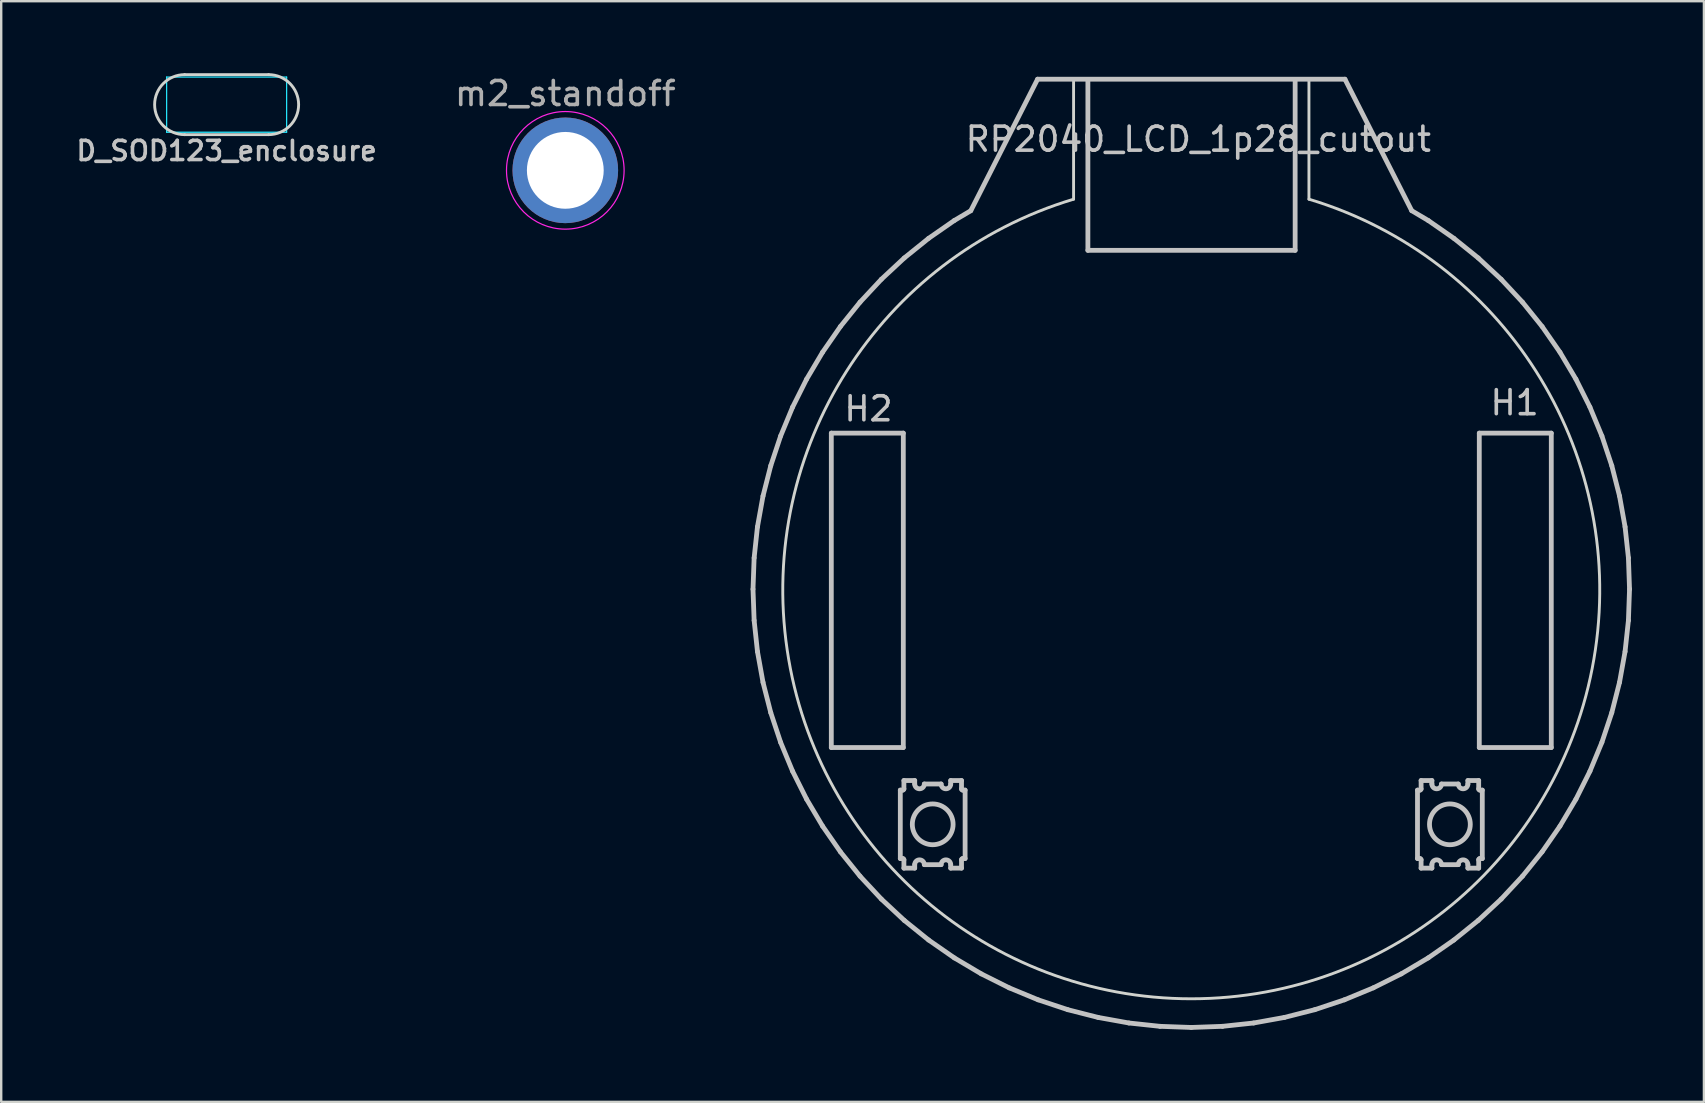
<source format=kicad_pcb>
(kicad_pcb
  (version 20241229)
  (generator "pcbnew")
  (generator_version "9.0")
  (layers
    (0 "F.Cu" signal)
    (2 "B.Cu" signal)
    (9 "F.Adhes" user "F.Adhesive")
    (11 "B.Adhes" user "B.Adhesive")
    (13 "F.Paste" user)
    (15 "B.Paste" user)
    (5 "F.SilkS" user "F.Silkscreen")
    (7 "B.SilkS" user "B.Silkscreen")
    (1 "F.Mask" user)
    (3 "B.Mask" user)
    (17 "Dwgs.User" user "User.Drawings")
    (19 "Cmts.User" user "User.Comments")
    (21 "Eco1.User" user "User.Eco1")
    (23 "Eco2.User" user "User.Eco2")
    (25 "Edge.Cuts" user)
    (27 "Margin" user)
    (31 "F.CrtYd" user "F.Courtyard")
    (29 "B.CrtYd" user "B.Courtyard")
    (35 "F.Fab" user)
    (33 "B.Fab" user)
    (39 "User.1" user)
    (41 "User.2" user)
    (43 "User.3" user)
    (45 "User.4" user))
  (footprint "RP2040_LCD_1p28_cutout"
    (layer "F.Cu")
    (at 40.184 0.25)
    (property "Reference" "RP2040_LCD_1p28_cutout" (at 6.697 2.5 0) (unlocked yes) (layer "Dwgs.User") (effects (font (size 1 1) (thickness 0.15))))
    (attr through_hole)
    (fp_line (start -11.858 21.25) (end -11.811 19.947) (stroke (width 0.2) (type solid)) (layer "Dwgs.User"))
    (fp_line (start -11.811 19.947) (end -11.672 18.651) (stroke (width 0.2) (type solid)) (layer "Dwgs.User"))
    (fp_line (start -11.811 22.553) (end -11.858 21.25) (stroke (width 0.2) (type solid)) (layer "Dwgs.User"))
    (fp_line (start -11.672 18.651) (end -11.441 17.368) (stroke (width 0.2) (type solid)) (layer "Dwgs.User"))
    (fp_line (start -11.672 23.849) (end -11.811 22.553) (stroke (width 0.2) (type solid)) (layer "Dwgs.User"))
    (fp_line (start -11.441 17.368) (end -11.118 16.105) (stroke (width 0.2) (type solid)) (layer "Dwgs.User"))
    (fp_line (start -11.441 25.132) (end -11.672 23.849) (stroke (width 0.2) (type solid)) (layer "Dwgs.User"))
    (fp_line (start -11.118 16.105) (end -10.707 14.868) (stroke (width 0.2) (type solid)) (layer "Dwgs.User"))
    (fp_line (start -11.118 26.395) (end -11.441 25.132) (stroke (width 0.2) (type solid)) (layer "Dwgs.User"))
    (fp_line (start -10.707 14.868) (end -10.208 13.664) (stroke (width 0.2) (type solid)) (layer "Dwgs.User"))
    (fp_line (start -10.707 27.632) (end -11.118 26.395) (stroke (width 0.2) (type solid)) (layer "Dwgs.User"))
    (fp_line (start -10.208 13.664) (end -9.624 12.498) (stroke (width 0.2) (type solid)) (layer "Dwgs.User"))
    (fp_line (start -10.208 28.836) (end -10.707 27.632) (stroke (width 0.2) (type solid)) (layer "Dwgs.User"))
    (fp_line (start -9.624 12.498) (end -8.959 11.377) (stroke (width 0.2) (type solid)) (layer "Dwgs.User"))
    (fp_line (start -9.624 30.002) (end -10.208 28.836) (stroke (width 0.2) (type solid)) (layer "Dwgs.User"))
    (fp_line (start -8.959 11.377) (end -8.216 10.306) (stroke (width 0.2) (type solid)) (layer "Dwgs.User"))
    (fp_line (start -8.959 31.123) (end -9.624 30.002) (stroke (width 0.2) (type solid)) (layer "Dwgs.User"))
    (fp_line (start -8.595 14.748) (end -5.595 14.748) (stroke (width 0.2) (type solid)) (layer "Dwgs.User"))
    (fp_line (start -8.595 27.848) (end -8.595 14.748) (stroke (width 0.2) (type solid)) (layer "Dwgs.User"))
    (fp_line (start -8.216 10.306) (end -7.398 9.291) (stroke (width 0.2) (type solid)) (layer "Dwgs.User"))
    (fp_line (start -8.216 32.194) (end -8.959 31.123) (stroke (width 0.2) (type solid)) (layer "Dwgs.User"))
    (fp_line (start -7.398 9.291) (end -6.509 8.337) (stroke (width 0.2) (type solid)) (layer "Dwgs.User"))
    (fp_line (start -7.398 33.209) (end -8.216 32.194) (stroke (width 0.2) (type solid)) (layer "Dwgs.User"))
    (fp_line (start -6.509 8.337) (end -5.555 7.449) (stroke (width 0.2) (type solid)) (layer "Dwgs.User"))
    (fp_line (start -6.509 34.163) (end -7.398 33.209) (stroke (width 0.2) (type solid)) (layer "Dwgs.User"))
    (fp_line (start -5.72 29.623) (end -5.62 29.623) (stroke (width 0.2) (type solid)) (layer "Dwgs.User"))
    (fp_line (start -5.72 32.473) (end -5.72 29.623) (stroke (width 0.2) (type solid)) (layer "Dwgs.User"))
    (fp_line (start -5.62 32.473) (end -5.72 32.473) (stroke (width 0.2) (type solid)) (layer "Dwgs.User"))
    (fp_line (start -5.595 14.748) (end -5.595 27.848) (stroke (width 0.2) (type solid)) (layer "Dwgs.User"))
    (fp_line (start -5.595 27.848) (end -8.595 27.848) (stroke (width 0.2) (type solid)) (layer "Dwgs.User"))
    (fp_line (start -5.57 29.223) (end -5.12 29.223) (stroke (width 0.2) (type solid)) (layer "Dwgs.User"))
    (fp_line (start -5.57 29.573) (end -5.57 29.223) (stroke (width 0.2) (type solid)) (layer "Dwgs.User"))
    (fp_line (start -5.57 32.873) (end -5.57 32.523) (stroke (width 0.2) (type solid)) (layer "Dwgs.User"))
    (fp_line (start -5.555 7.449) (end -4.54 6.631) (stroke (width 0.2) (type solid)) (layer "Dwgs.User"))
    (fp_line (start -5.555 35.051) (end -6.509 34.163) (stroke (width 0.2) (type solid)) (layer "Dwgs.User"))
    (fp_line (start -5.12 29.223) (end -5.12 29.368) (stroke (width 0.2) (type solid)) (layer "Dwgs.User"))
    (fp_line (start -5.12 32.728) (end -5.12 32.873) (stroke (width 0.2) (type solid)) (layer "Dwgs.User"))
    (fp_line (start -5.12 32.873) (end -5.57 32.873) (stroke (width 0.2) (type solid)) (layer "Dwgs.User"))
    (fp_line (start -4.72 29.368) (end -4.02 29.368) (stroke (width 0.2) (type solid)) (layer "Dwgs.User"))
    (fp_line (start -4.54 6.631) (end -3.469 5.887) (stroke (width 0.2) (type solid)) (layer "Dwgs.User"))
    (fp_line (start -4.54 35.869) (end -5.555 35.051) (stroke (width 0.2) (type solid)) (layer "Dwgs.User"))
    (fp_line (start -4.02 32.728) (end -4.72 32.728) (stroke (width 0.2) (type solid)) (layer "Dwgs.User"))
    (fp_line (start -3.62 29.223) (end -3.17 29.223) (stroke (width 0.2) (type solid)) (layer "Dwgs.User"))
    (fp_line (start -3.62 29.368) (end -3.62 29.223) (stroke (width 0.2) (type solid)) (layer "Dwgs.User"))
    (fp_line (start -3.62 32.873) (end -3.62 32.728) (stroke (width 0.2) (type solid)) (layer "Dwgs.User"))
    (fp_line (start -3.469 5.887) (end -2.784 5.481) (stroke (width 0.2) (type solid)) (layer "Dwgs.User"))
    (fp_line (start -3.469 36.613) (end -4.54 35.869) (stroke (width 0.2) (type solid)) (layer "Dwgs.User"))
    (fp_line (start -3.17 29.223) (end -3.17 29.573) (stroke (width 0.2) (type solid)) (layer "Dwgs.User"))
    (fp_line (start -3.17 32.523) (end -3.17 32.873) (stroke (width 0.2) (type solid)) (layer "Dwgs.User"))
    (fp_line (start -3.17 32.873) (end -3.62 32.873) (stroke (width 0.2) (type solid)) (layer "Dwgs.User"))
    (fp_line (start -3.12 29.623) (end -3.02 29.623) (stroke (width 0.2) (type solid)) (layer "Dwgs.User"))
    (fp_line (start -3.02 29.623) (end -3.02 32.473) (stroke (width 0.2) (type solid)) (layer "Dwgs.User"))
    (fp_line (start -3.02 32.473) (end -3.12 32.473) (stroke (width 0.2) (type solid)) (layer "Dwgs.User"))
    (fp_line (start -2.784 5.481) (end 0 0) (stroke (width 0.2) (type solid)) (layer "Dwgs.User"))
    (fp_line (start -2.348 37.278) (end -3.469 36.613) (stroke (width 0.2) (type solid)) (layer "Dwgs.User"))
    (fp_line (start -1.183 37.861) (end -2.348 37.278) (stroke (width 0.2) (type solid)) (layer "Dwgs.User"))
    (fp_line (start 0 0) (end 12.807 0) (stroke (width 0.2) (type solid)) (layer "Dwgs.User"))
    (fp_line (start 0.022 38.36) (end -1.183 37.861) (stroke (width 0.2) (type solid)) (layer "Dwgs.User"))
    (fp_line (start 1.259 38.772) (end 0.022 38.36) (stroke (width 0.2) (type solid)) (layer "Dwgs.User"))
    (fp_line (start 2.096 7.131) (end 2.096 0.019) (stroke (width 0.2) (type solid)) (layer "Dwgs.User"))
    (fp_line (start 2.522 39.094) (end 1.259 38.772) (stroke (width 0.2) (type solid)) (layer "Dwgs.User"))
    (fp_line (start 3.805 39.326) (end 2.522 39.094) (stroke (width 0.2) (type solid)) (layer "Dwgs.User"))
    (fp_line (start 5.101 39.465) (end 3.805 39.326) (stroke (width 0.2) (type solid)) (layer "Dwgs.User"))
    (fp_line (start 6.404 39.512) (end 5.101 39.465) (stroke (width 0.2) (type solid)) (layer "Dwgs.User"))
    (fp_line (start 7.706 39.465) (end 6.404 39.512) (stroke (width 0.2) (type solid)) (layer "Dwgs.User"))
    (fp_line (start 9.003 39.326) (end 7.706 39.465) (stroke (width 0.2) (type solid)) (layer "Dwgs.User"))
    (fp_line (start 10.285 39.094) (end 9.003 39.326) (stroke (width 0.2) (type solid)) (layer "Dwgs.User"))
    (fp_line (start 10.732 0.019) (end 10.732 7.131) (stroke (width 0.2) (type solid)) (layer "Dwgs.User"))
    (fp_line (start 10.732 7.131) (end 2.096 7.131) (stroke (width 0.2) (type solid)) (layer "Dwgs.User"))
    (fp_line (start 11.549 38.772) (end 10.285 39.094) (stroke (width 0.2) (type solid)) (layer "Dwgs.User"))
    (fp_line (start 12.785 38.36) (end 11.549 38.772) (stroke (width 0.2) (type solid)) (layer "Dwgs.User"))
    (fp_line (start 12.807 0) (end 15.589 5.479) (stroke (width 0.2) (type solid)) (layer "Dwgs.User"))
    (fp_line (start 13.99 37.861) (end 12.785 38.36) (stroke (width 0.2) (type solid)) (layer "Dwgs.User"))
    (fp_line (start 15.156 37.278) (end 13.99 37.861) (stroke (width 0.2) (type solid)) (layer "Dwgs.User"))
    (fp_line (start 15.589 5.479) (end 16.277 5.887) (stroke (width 0.2) (type solid)) (layer "Dwgs.User"))
    (fp_line (start 15.83 29.623) (end 15.93 29.623) (stroke (width 0.2) (type solid)) (layer "Dwgs.User"))
    (fp_line (start 15.83 32.473) (end 15.83 29.623) (stroke (width 0.2) (type solid)) (layer "Dwgs.User"))
    (fp_line (start 15.93 32.473) (end 15.83 32.473) (stroke (width 0.2) (type solid)) (layer "Dwgs.User"))
    (fp_line (start 15.98 29.223) (end 16.43 29.223) (stroke (width 0.2) (type solid)) (layer "Dwgs.User"))
    (fp_line (start 15.98 29.573) (end 15.98 29.223) (stroke (width 0.2) (type solid)) (layer "Dwgs.User"))
    (fp_line (start 15.98 32.873) (end 15.98 32.523) (stroke (width 0.2) (type solid)) (layer "Dwgs.User"))
    (fp_line (start 16.277 5.887) (end 17.347 6.631) (stroke (width 0.2) (type solid)) (layer "Dwgs.User"))
    (fp_line (start 16.277 36.613) (end 15.156 37.278) (stroke (width 0.2) (type solid)) (layer "Dwgs.User"))
    (fp_line (start 16.43 29.223) (end 16.43 29.368) (stroke (width 0.2) (type solid)) (layer "Dwgs.User"))
    (fp_line (start 16.43 32.728) (end 16.43 32.873) (stroke (width 0.2) (type solid)) (layer "Dwgs.User"))
    (fp_line (start 16.43 32.873) (end 15.98 32.873) (stroke (width 0.2) (type solid)) (layer "Dwgs.User"))
    (fp_line (start 16.83 29.368) (end 17.53 29.368) (stroke (width 0.2) (type solid)) (layer "Dwgs.User"))
    (fp_line (start 17.347 6.631) (end 18.362 7.449) (stroke (width 0.2) (type solid)) (layer "Dwgs.User"))
    (fp_line (start 17.347 35.869) (end 16.277 36.613) (stroke (width 0.2) (type solid)) (layer "Dwgs.User"))
    (fp_line (start 17.53 32.728) (end 16.83 32.728) (stroke (width 0.2) (type solid)) (layer "Dwgs.User"))
    (fp_line (start 17.93 29.223) (end 18.38 29.223) (stroke (width 0.2) (type solid)) (layer "Dwgs.User"))
    (fp_line (start 17.93 29.368) (end 17.93 29.223) (stroke (width 0.2) (type solid)) (layer "Dwgs.User"))
    (fp_line (start 17.93 32.873) (end 17.93 32.728) (stroke (width 0.2) (type solid)) (layer "Dwgs.User"))
    (fp_line (start 18.362 7.449) (end 19.317 8.337) (stroke (width 0.2) (type solid)) (layer "Dwgs.User"))
    (fp_line (start 18.362 35.051) (end 17.347 35.869) (stroke (width 0.2) (type solid)) (layer "Dwgs.User"))
    (fp_line (start 18.38 29.223) (end 18.38 29.573) (stroke (width 0.2) (type solid)) (layer "Dwgs.User"))
    (fp_line (start 18.38 32.523) (end 18.38 32.873) (stroke (width 0.2) (type solid)) (layer "Dwgs.User"))
    (fp_line (start 18.38 32.873) (end 17.93 32.873) (stroke (width 0.2) (type solid)) (layer "Dwgs.User"))
    (fp_line (start 18.405 14.748) (end 21.405 14.748) (stroke (width 0.2) (type solid)) (layer "Dwgs.User"))
    (fp_line (start 18.405 27.848) (end 18.405 14.748) (stroke (width 0.2) (type solid)) (layer "Dwgs.User"))
    (fp_line (start 18.43 29.623) (end 18.53 29.623) (stroke (width 0.2) (type solid)) (layer "Dwgs.User"))
    (fp_line (start 18.53 29.623) (end 18.53 32.473) (stroke (width 0.2) (type solid)) (layer "Dwgs.User"))
    (fp_line (start 18.53 32.473) (end 18.43 32.473) (stroke (width 0.2) (type solid)) (layer "Dwgs.User"))
    (fp_line (start 19.317 8.337) (end 20.205 9.291) (stroke (width 0.2) (type solid)) (layer "Dwgs.User"))
    (fp_line (start 19.317 34.163) (end 18.362 35.051) (stroke (width 0.2) (type solid)) (layer "Dwgs.User"))
    (fp_line (start 20.205 9.291) (end 21.023 10.306) (stroke (width 0.2) (type solid)) (layer "Dwgs.User"))
    (fp_line (start 20.205 33.209) (end 19.317 34.163) (stroke (width 0.2) (type solid)) (layer "Dwgs.User"))
    (fp_line (start 21.023 10.306) (end 21.766 11.377) (stroke (width 0.2) (type solid)) (layer "Dwgs.User"))
    (fp_line (start 21.023 32.194) (end 20.205 33.209) (stroke (width 0.2) (type solid)) (layer "Dwgs.User"))
    (fp_line (start 21.405 14.748) (end 21.405 27.848) (stroke (width 0.2) (type solid)) (layer "Dwgs.User"))
    (fp_line (start 21.405 27.848) (end 18.405 27.848) (stroke (width 0.2) (type solid)) (layer "Dwgs.User"))
    (fp_line (start 21.766 11.377) (end 22.431 12.498) (stroke (width 0.2) (type solid)) (layer "Dwgs.User"))
    (fp_line (start 21.766 31.123) (end 21.023 32.194) (stroke (width 0.2) (type solid)) (layer "Dwgs.User"))
    (fp_line (start 22.431 12.498) (end 23.015 13.664) (stroke (width 0.2) (type solid)) (layer "Dwgs.User"))
    (fp_line (start 22.431 30.002) (end 21.766 31.123) (stroke (width 0.2) (type solid)) (layer "Dwgs.User"))
    (fp_line (start 23.015 13.664) (end 23.514 14.868) (stroke (width 0.2) (type solid)) (layer "Dwgs.User"))
    (fp_line (start 23.015 28.836) (end 22.431 30.002) (stroke (width 0.2) (type solid)) (layer "Dwgs.User"))
    (fp_line (start 23.514 14.868) (end 23.926 16.105) (stroke (width 0.2) (type solid)) (layer "Dwgs.User"))
    (fp_line (start 23.514 27.632) (end 23.015 28.836) (stroke (width 0.2) (type solid)) (layer "Dwgs.User"))
    (fp_line (start 23.926 16.105) (end 24.248 17.368) (stroke (width 0.2) (type solid)) (layer "Dwgs.User"))
    (fp_line (start 23.926 26.395) (end 23.514 27.632) (stroke (width 0.2) (type solid)) (layer "Dwgs.User"))
    (fp_line (start 24.248 17.368) (end 24.479 18.651) (stroke (width 0.2) (type solid)) (layer "Dwgs.User"))
    (fp_line (start 24.248 25.132) (end 23.926 26.395) (stroke (width 0.2) (type solid)) (layer "Dwgs.User"))
    (fp_line (start 24.479 18.651) (end 24.619 19.947) (stroke (width 0.2) (type solid)) (layer "Dwgs.User"))
    (fp_line (start 24.479 23.849) (end 24.248 25.132) (stroke (width 0.2) (type solid)) (layer "Dwgs.User"))
    (fp_line (start 24.619 19.947) (end 24.665 21.25) (stroke (width 0.2) (type solid)) (layer "Dwgs.User"))
    (fp_line (start 24.619 22.553) (end 24.479 23.849) (stroke (width 0.2) (type solid)) (layer "Dwgs.User"))
    (fp_line (start 24.665 21.25) (end 24.619 22.553) (stroke (width 0.2) (type solid)) (layer "Dwgs.User"))
    (fp_arc (start -5.619735 32.472772) (mid -5.584393 32.48743) (end -5.569735 32.522772) (stroke (width 0.2) (type solid)) (layer "Dwgs.User"))
    (fp_arc (start -5.569735 29.572772) (mid -5.584365 29.608142) (end -5.619735 29.622772) (stroke (width 0.2) (type solid)) (layer "Dwgs.User"))
    (fp_arc (start -5.119735 32.727772) (mid -4.919735 32.527772) (end -4.719735 32.727772) (stroke (width 0.2) (type solid)) (layer "Dwgs.User"))
    (fp_arc (start -4.719735 29.367772) (mid -4.919735 29.567772) (end -5.119735 29.367772) (stroke (width 0.2) (type solid)) (layer "Dwgs.User"))
    (fp_arc (start -4.019735 32.727772) (mid -3.819735 32.527772) (end -3.619735 32.727772) (stroke (width 0.2) (type solid)) (layer "Dwgs.User"))
    (fp_arc (start -3.619735 29.367772) (mid -3.819735 29.567772) (end -4.019735 29.367772) (stroke (width 0.2) (type solid)) (layer "Dwgs.User"))
    (fp_arc (start -3.169735 32.522772) (mid -3.155075 32.487432) (end -3.119735 32.472772) (stroke (width 0.2) (type solid)) (layer "Dwgs.User"))
    (fp_arc (start -3.119735 29.622772) (mid -3.155102 29.608139) (end -3.169735 29.572772) (stroke (width 0.2) (type solid)) (layer "Dwgs.User"))
    (fp_arc (start 15.929817 32.472879) (mid 15.965183 32.487513) (end 15.979817 32.522879) (stroke (width 0.2) (type solid)) (layer "Dwgs.User"))
    (fp_arc (start 15.979817 29.572879) (mid 15.965194 29.608256) (end 15.929817 29.622879) (stroke (width 0.2) (type solid)) (layer "Dwgs.User"))
    (fp_arc (start 16.429817 32.727879) (mid 16.629817 32.527879) (end 16.829817 32.727879) (stroke (width 0.2) (type solid)) (layer "Dwgs.User"))
    (fp_arc (start 16.829817 29.367879) (mid 16.629817 29.567879) (end 16.429817 29.367879) (stroke (width 0.2) (type solid)) (layer "Dwgs.User"))
    (fp_arc (start 17.529817 32.727879) (mid 17.729817 32.527879) (end 17.929817 32.727879) (stroke (width 0.2) (type solid)) (layer "Dwgs.User"))
    (fp_arc (start 17.929817 29.367879) (mid 17.729817 29.567879) (end 17.529817 29.367879) (stroke (width 0.2) (type solid)) (layer "Dwgs.User"))
    (fp_arc (start 18.379817 32.522879) (mid 18.394484 32.487546) (end 18.429817 32.472879) (stroke (width 0.2) (type solid)) (layer "Dwgs.User"))
    (fp_arc (start 18.429817 29.622879) (mid 18.394472 29.608224) (end 18.379817 29.572879) (stroke (width 0.2) (type solid)) (layer "Dwgs.User"))
    (fp_circle (center -4.37 31.048) (end -5.22 31.048) (stroke (width 0.2) (type solid)) (fill no) (layer "Dwgs.User"))
    (fp_circle (center 17.18 31.048) (end 16.33 31.048) (stroke (width 0.2) (type solid)) (fill no) (layer "Dwgs.User"))
    (fp_line (start 1.5 0) (end 1.5 5) (stroke (width 0.12) (type solid)) (layer "Edge.Cuts"))
    (fp_line (start 11.307 0) (end 11.307 5) (stroke (width 0.12) (type solid)) (layer "Edge.Cuts"))
    (fp_arc (start 11.306866 5) (mid 6.403433 38.317408) (end 1.5 5) (stroke (width 0.12) (type solid)) (layer "Edge.Cuts"))
    (fp_text user "H1" (at 19.876 13.481 0) (unlocked yes) (layer "Dwgs.User") (effects (font (size 1 1) (thickness 0.15))))
    (fp_text user "H2" (at -7.048 13.735 0) (unlocked yes) (layer "Dwgs.User") (effects (font (size 1 1) (thickness 0.15)))))
  (footprint "m2_standoff"
    (layer "F.Cu")
    (at 20.505 4.048)
    (property "Reference" "m2_standoff" (at 0 -3.2 0) (layer "F.Fab") (effects (font (size 1 1) (thickness 0.15))))
    (attr exclude_from_pos_files exclude_from_bom)
    (fp_circle (center 0 0) (end 2.45 0) (stroke (width 0.05) (type solid)) (fill no) (layer "F.CrtYd"))
    (pad "1" thru_hole circle (at 0 0) (size 4.4 4.4) (drill 3.2) (layers "*.Cu" "*.Mask")))
  (footprint "D_SOD123_enclosure"
    (layer "F.Cu")
    (at 6.393 1.31)
    (property "Reference" "D_SOD123_enclosure" (at 0 1.925 0) (layer "Dwgs.User") (effects (font (size 0.8 0.8) (thickness 0.15))))
    (attr smd)
    (fp_line (start -1.75 -1.25) (end 1.75 -1.25) (stroke (width 0.12) (type solid)) (layer "Edge.Cuts"))
    (fp_line (start 1.75 1.25) (end -1.75 1.25) (stroke (width 0.12) (type solid)) (layer "Edge.Cuts"))
    (fp_arc (start -1.75 1.25) (mid -3 0) (end -1.75 -1.25) (stroke (width 0.12) (type solid)) (layer "Edge.Cuts"))
    (fp_arc (start 1.75 -1.25) (mid 3 0) (end 1.75 1.25) (stroke (width 0.12) (type solid)) (layer "Edge.Cuts"))
    (fp_line (start -2.5 -1.15) (end -2.5 1.15) (stroke (width 0.05) (type solid)) (layer "B.CrtYd"))
    (fp_line (start -2.5 -1.15) (end 2.5 -1.15) (stroke (width 0.05) (type solid)) (layer "B.CrtYd"))
    (fp_line (start 2.5 -1.15) (end 2.5 1.15) (stroke (width 0.05) (type solid)) (layer "B.CrtYd"))
    (fp_line (start 2.5 1.15) (end -2.5 1.15) (stroke (width 0.05) (type solid)) (layer "B.CrtYd")))
  (gr_rect
    (start -3 -3)
    (end 67.949 42.862)
    (stroke (width 0.1) (type default))
    (fill no)
    (layer "Edge.Cuts")))
</source>
